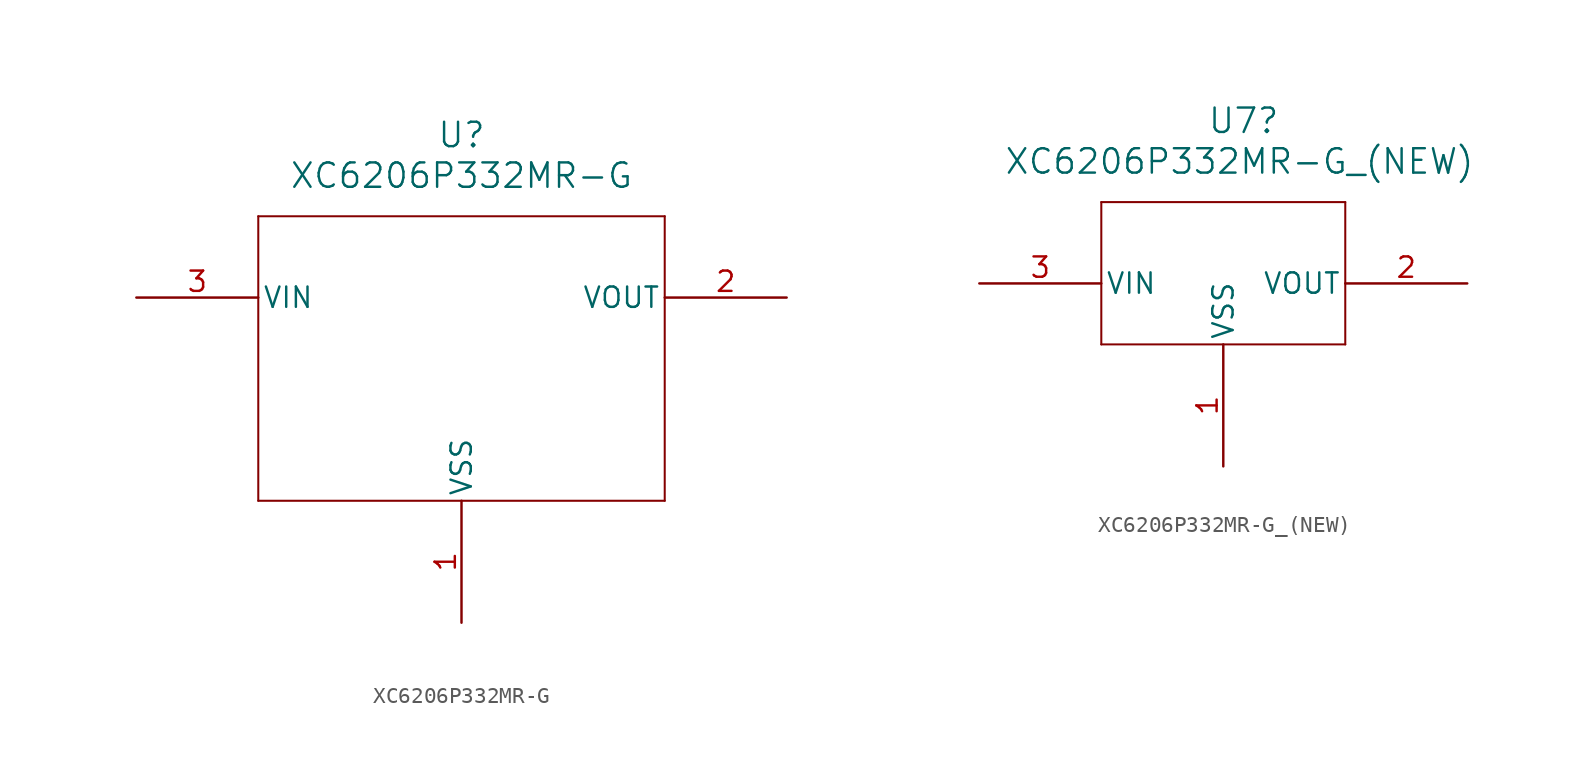
<source format=kicad_sym>
(kicad_symbol_lib
  (version 20241209)
  (generator "kicad_symbol_editor")
  (generator_version "9.0")
  (symbol "XC6206P332MR-G"
    (pin_names
      (offset 0.254))
    (property "Reference" "U"
      (at 20.32 10.16 0)
      (effects (font (size 1.524 1.524))))
    (property "Value" "XC6206P332MR-G"
      (at 20.32 7.62 0)
      (effects (font (size 1.524 1.524))))
    (property "ki_locked" ""
      (at 0 0 0)
      (effects (font (size 1.27 1.27))))
    (symbol "XC6206P332MR-G_0_1"
      (polyline (pts (xy 7.62 5.08) (xy 7.62 -12.7)) (stroke (width 0.127) (type default)) (fill (type none)))
      (polyline (pts (xy 7.62 -12.7) (xy 33.02 -12.7)) (stroke (width 0.127) (type default)) (fill (type none)))
      (polyline (pts (xy 33.02 5.08) (xy 7.62 5.08)) (stroke (width 0.127) (type default)) (fill (type none)))
      (polyline (pts (xy 33.02 -12.7) (xy 33.02 5.08)) (stroke (width 0.127) (type default)) (fill (type none)))
      (pin power_in line (at 0 0 0) (length 7.62) (name "VIN" (effects (font (size 1.27 1.27)))) (number "3" (effects (font (size 1.27 1.27)))))
      (pin power_out line (at 20.32 -20.32 90) (length 7.62) (name "VSS" (effects (font (size 1.27 1.27)))) (number "1" (effects (font (size 1.27 1.27)))))
      (pin output line (at 40.64 0 180) (length 7.62) (name "VOUT" (effects (font (size 1.27 1.27)))) (number "2" (effects (font (size 1.27 1.27)))))))
  (symbol "XC6206P332MR-G_(NEW)"
    (pin_names
      (offset 0.254))
    (property "Reference" "U7"
      (at 20.32 10.16 0)
      (effects (font (size 1.524 1.524))))
    (property "Value" "XC6206P332MR-G_(NEW)"
      (at 20.066 7.62 0)
      (effects (font (size 1.524 1.524))))
    (property "ki_locked" ""
      (at 0 0 0)
      (effects (font (size 1.27 1.27))))
    (symbol "XC6206P332MR-G_(NEW)_0_1"
      (polyline (pts (xy 11.43 5.08) (xy 11.43 -3.81)) (stroke (width 0.127) (type default)) (fill (type none)))
      (polyline (pts (xy 11.43 -3.81) (xy 26.67 -3.81)) (stroke (width 0.127) (type default)) (fill (type none)))
      (polyline (pts (xy 26.67 5.08) (xy 11.43 5.08)) (stroke (width 0.127) (type default)) (fill (type none)))
      (polyline (pts (xy 26.67 -3.81) (xy 26.67 5.08)) (stroke (width 0.127) (type default)) (fill (type none)))
      (pin power_in line (at 3.81 0 0) (length 7.62) (name "VIN" (effects (font (size 1.27 1.27)))) (number "3" (effects (font (size 1.27 1.27)))))
      (pin power_out line (at 19.05 -11.43 90) (length 7.62) (name "VSS" (effects (font (size 1.27 1.27)))) (number "1" (effects (font (size 1.27 1.27)))))
      (pin output line (at 34.29 0 180) (length 7.62) (name "VOUT" (effects (font (size 1.27 1.27)))) (number "2" (effects (font (size 1.27 1.27))))))))
</source>
